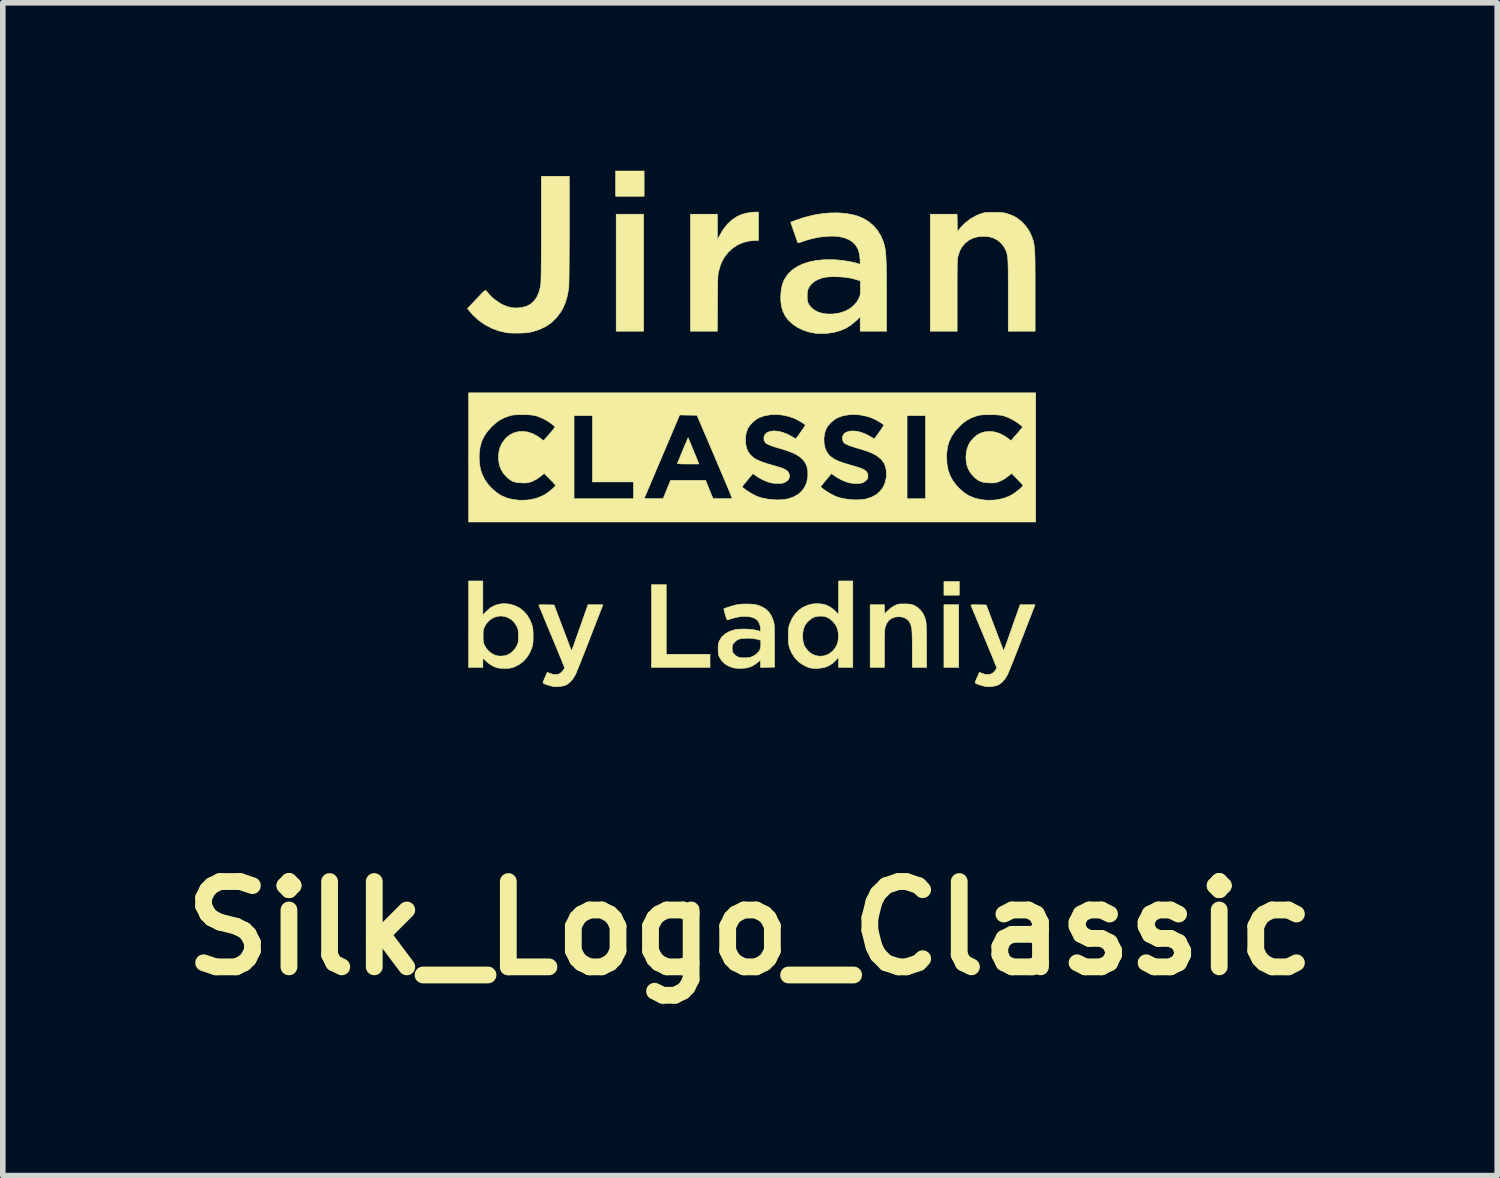
<source format=kicad_pcb>
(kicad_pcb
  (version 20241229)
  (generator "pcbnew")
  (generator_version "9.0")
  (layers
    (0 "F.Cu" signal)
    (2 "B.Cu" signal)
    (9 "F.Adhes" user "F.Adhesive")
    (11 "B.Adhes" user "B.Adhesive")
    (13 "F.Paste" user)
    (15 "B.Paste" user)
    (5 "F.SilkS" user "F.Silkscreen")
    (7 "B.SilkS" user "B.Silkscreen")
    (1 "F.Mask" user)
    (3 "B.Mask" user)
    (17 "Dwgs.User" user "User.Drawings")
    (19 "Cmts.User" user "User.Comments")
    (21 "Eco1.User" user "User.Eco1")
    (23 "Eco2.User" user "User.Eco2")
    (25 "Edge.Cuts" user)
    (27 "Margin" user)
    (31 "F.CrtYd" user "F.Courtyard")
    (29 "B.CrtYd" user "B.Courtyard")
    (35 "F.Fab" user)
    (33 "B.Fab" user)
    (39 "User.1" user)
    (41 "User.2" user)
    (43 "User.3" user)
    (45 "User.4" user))
  (footprint "Silk_Logo_Classic"
    (layer "F.Cu")
    (at 10.349 13.533)
    (property "Reference" "Silk_Logo_Classic" (at 0 0 0) (layer "F.SilkS") (effects (font (size 1.524 1.524) (thickness 0.3))))
    (attr through_hole)
    (fp_poly (pts (xy -1.902 -10.666) (xy -2.391 -10.666) (xy -2.391 -12.756) (xy -1.902 -12.756) (xy -1.902 -10.666)) (stroke (width 0.01) (type solid)) (fill yes) (layer "F.SilkS"))
    (fp_poly (pts (xy -1.892 -13.077) (xy -2.401 -13.077) (xy -2.401 -13.528) (xy -1.892 -13.528) (xy -1.892 -13.077)) (stroke (width 0.01) (type solid)) (fill yes) (layer "F.SilkS"))
    (fp_poly (pts (xy 3.728 -4.66) (xy 3.464 -4.66) (xy 3.464 -5.78) (xy 3.728 -5.78) (xy 3.728 -4.66)) (stroke (width 0.01) (type solid)) (fill yes) (layer "F.SilkS"))
    (fp_poly (pts (xy 3.738 -5.95) (xy 3.464 -5.95) (xy 3.464 -6.195) (xy 3.738 -6.195) (xy 3.738 -5.95)) (stroke (width 0.01) (type solid)) (fill yes) (layer "F.SilkS"))
    (fp_poly (pts (xy -1.497 -4.895) (xy -0.715 -4.895) (xy -0.715 -4.66) (xy -1.76 -4.66) (xy -1.76 -6.138) (xy -1.497 -6.138) (xy -1.497 -4.895)) (stroke (width 0.01) (type solid)) (fill yes) (layer "F.SilkS"))
    (fp_poly (pts (xy -1.102 -8.754) (xy -1.092 -8.73) (xy -1.077 -8.695) (xy -1.059 -8.651) (xy -1.038 -8.6) (xy -1.016 -8.547) (xy -0.994 -8.492) (xy -0.972 -8.441) (xy -0.953 -8.394) (xy -0.938 -8.355) (xy -0.926 -8.327) (xy -0.922 -8.315) (xy -0.914 -8.294) (xy -1.107 -8.294) (xy -1.175 -8.294) (xy -1.226 -8.295) (xy -1.261 -8.297) (xy -1.284 -8.299) (xy -1.295 -8.302) (xy -1.297 -8.306) (xy -1.285 -8.336) (xy -1.268 -8.376) (xy -1.248 -8.425) (xy -1.227 -8.478) (xy -1.203 -8.533) (xy -1.181 -8.588) (xy -1.159 -8.64) (xy -1.139 -8.686) (xy -1.123 -8.723) (xy -1.112 -8.75) (xy -1.106 -8.762) (xy -1.106 -8.763) (xy -1.102 -8.754)) (stroke (width 0.01) (type solid)) (fill yes) (layer "F.SilkS"))
    (fp_poly (pts (xy 0.151 -12.286) (xy 0.089 -12.286) (xy -0.021 -12.277) (xy -0.126 -12.25) (xy -0.224 -12.207) (xy -0.313 -12.148) (xy -0.392 -12.075) (xy -0.453 -11.996) (xy -0.484 -11.944) (xy -0.51 -11.892) (xy -0.532 -11.834) (xy -0.553 -11.764) (xy -0.558 -11.745) (xy -0.562 -11.727) (xy -0.566 -11.71) (xy -0.569 -11.69) (xy -0.572 -11.668) (xy -0.574 -11.64) (xy -0.575 -11.605) (xy -0.577 -11.561) (xy -0.578 -11.507) (xy -0.579 -11.441) (xy -0.58 -11.361) (xy -0.581 -11.265) (xy -0.581 -11.168) (xy -0.585 -10.666) (xy -1.064 -10.666) (xy -1.064 -12.756) (xy -0.584 -12.756) (xy -0.583 -12.528) (xy -0.583 -12.3) (xy -0.543 -12.375) (xy -0.478 -12.484) (xy -0.407 -12.575) (xy -0.328 -12.65) (xy -0.241 -12.709) (xy -0.164 -12.746) (xy -0.102 -12.765) (xy -0.032 -12.781) (xy 0.038 -12.791) (xy 0.089 -12.794) (xy 0.151 -12.794) (xy 0.151 -12.286)) (stroke (width 0.01) (type solid)) (fill yes) (layer "F.SilkS"))
    (fp_poly (pts (xy 2.758 -5.794) (xy 2.81 -5.794) (xy 2.848 -5.791) (xy 2.878 -5.786) (xy 2.906 -5.778) (xy 2.921 -5.772) (xy 2.987 -5.736) (xy 3.044 -5.685) (xy 3.091 -5.621) (xy 3.125 -5.546) (xy 3.144 -5.47) (xy 3.146 -5.446) (xy 3.148 -5.405) (xy 3.15 -5.35) (xy 3.152 -5.282) (xy 3.153 -5.205) (xy 3.154 -5.12) (xy 3.154 -5.034) (xy 3.154 -4.66) (xy 2.9 -4.66) (xy 2.899 -4.973) (xy 2.899 -5.051) (xy 2.898 -5.126) (xy 2.897 -5.196) (xy 2.895 -5.256) (xy 2.893 -5.304) (xy 2.891 -5.339) (xy 2.89 -5.35) (xy 2.873 -5.422) (xy 2.844 -5.48) (xy 2.803 -5.522) (xy 2.751 -5.551) (xy 2.687 -5.564) (xy 2.654 -5.566) (xy 2.584 -5.558) (xy 2.524 -5.534) (xy 2.476 -5.496) (xy 2.439 -5.443) (xy 2.414 -5.376) (xy 2.41 -5.356) (xy 2.408 -5.335) (xy 2.406 -5.298) (xy 2.404 -5.247) (xy 2.402 -5.185) (xy 2.401 -5.115) (xy 2.401 -5.039) (xy 2.401 -4.984) (xy 2.401 -4.66) (xy 2.146 -4.66) (xy 2.146 -5.78) (xy 2.401 -5.78) (xy 2.401 -5.7) (xy 2.401 -5.664) (xy 2.402 -5.637) (xy 2.403 -5.622) (xy 2.403 -5.62) (xy 2.411 -5.626) (xy 2.429 -5.643) (xy 2.453 -5.666) (xy 2.465 -5.678) (xy 2.519 -5.723) (xy 2.576 -5.759) (xy 2.587 -5.765) (xy 2.616 -5.778) (xy 2.639 -5.786) (xy 2.664 -5.791) (xy 2.694 -5.794) (xy 2.735 -5.794) (xy 2.758 -5.794)) (stroke (width 0.01) (type solid)) (fill yes) (layer "F.SilkS"))
    (fp_poly (pts (xy -3.229 -12.476) (xy -3.229 -12.309) (xy -3.23 -12.154) (xy -3.23 -12.012) (xy -3.231 -11.884) (xy -3.232 -11.771) (xy -3.233 -11.672) (xy -3.234 -11.59) (xy -3.235 -11.524) (xy -3.237 -11.476) (xy -3.238 -11.445) (xy -3.239 -11.438) (xy -3.262 -11.305) (xy -3.296 -11.185) (xy -3.344 -11.075) (xy -3.394 -10.991) (xy -3.467 -10.897) (xy -3.553 -10.816) (xy -3.651 -10.75) (xy -3.761 -10.697) (xy -3.874 -10.661) (xy -3.914 -10.651) (xy -3.951 -10.644) (xy -3.99 -10.639) (xy -4.036 -10.636) (xy -4.093 -10.634) (xy -4.128 -10.633) (xy -4.186 -10.633) (xy -4.242 -10.633) (xy -4.291 -10.635) (xy -4.329 -10.637) (xy -4.344 -10.639) (xy -4.481 -10.67) (xy -4.612 -10.718) (xy -4.736 -10.783) (xy -4.849 -10.863) (xy -4.953 -10.958) (xy -5.012 -11.027) (xy -5.048 -11.071) (xy -4.907 -11.22) (xy -4.854 -11.275) (xy -4.813 -11.318) (xy -4.782 -11.351) (xy -4.759 -11.373) (xy -4.742 -11.387) (xy -4.73 -11.393) (xy -4.721 -11.393) (xy -4.714 -11.388) (xy -4.706 -11.379) (xy -4.697 -11.369) (xy -4.675 -11.343) (xy -4.655 -11.318) (xy -4.649 -11.312) (xy -4.626 -11.287) (xy -4.591 -11.256) (xy -4.548 -11.223) (xy -4.503 -11.19) (xy -4.46 -11.162) (xy -4.425 -11.142) (xy -4.339 -11.106) (xy -4.254 -11.086) (xy -4.168 -11.081) (xy -4.075 -11.089) (xy -3.992 -11.112) (xy -3.92 -11.15) (xy -3.86 -11.204) (xy -3.81 -11.272) (xy -3.773 -11.355) (xy -3.747 -11.451) (xy -3.738 -11.512) (xy -3.736 -11.535) (xy -3.735 -11.576) (xy -3.733 -11.633) (xy -3.732 -11.706) (xy -3.731 -11.793) (xy -3.73 -11.893) (xy -3.729 -12.006) (xy -3.729 -12.131) (xy -3.728 -12.265) (xy -3.728 -12.408) (xy -3.728 -12.514) (xy -3.728 -13.434) (xy -3.229 -13.434) (xy -3.229 -12.476)) (stroke (width 0.01) (type solid)) (fill yes) (layer "F.SilkS"))
    (fp_poly (pts (xy 1.836 -4.66) (xy 1.582 -4.66) (xy 1.581 -4.844) (xy 1.539 -4.795) (xy 1.473 -4.731) (xy 1.399 -4.685) (xy 1.317 -4.656) (xy 1.227 -4.643) (xy 1.194 -4.642) (xy 1.15 -4.644) (xy 1.11 -4.646) (xy 1.079 -4.65) (xy 1.071 -4.651) (xy 1.028 -4.666) (xy 0.977 -4.69) (xy 0.925 -4.72) (xy 0.878 -4.753) (xy 0.86 -4.768) (xy 0.798 -4.835) (xy 0.746 -4.915) (xy 0.709 -5.002) (xy 0.699 -5.034) (xy 0.692 -5.063) (xy 0.688 -5.091) (xy 0.685 -5.126) (xy 0.684 -5.17) (xy 0.684 -5.197) (xy 0.94 -5.197) (xy 0.947 -5.125) (xy 0.964 -5.062) (xy 0.969 -5.051) (xy 0.993 -5.01) (xy 1.027 -4.966) (xy 1.067 -4.927) (xy 1.1 -4.903) (xy 1.164 -4.874) (xy 1.235 -4.86) (xy 1.307 -4.864) (xy 1.343 -4.872) (xy 1.412 -4.902) (xy 1.472 -4.947) (xy 1.521 -5.005) (xy 1.557 -5.073) (xy 1.568 -5.107) (xy 1.58 -5.181) (xy 1.579 -5.258) (xy 1.566 -5.333) (xy 1.549 -5.383) (xy 1.517 -5.437) (xy 1.473 -5.488) (xy 1.422 -5.53) (xy 1.377 -5.556) (xy 1.325 -5.572) (xy 1.265 -5.577) (xy 1.202 -5.573) (xy 1.151 -5.561) (xy 1.102 -5.536) (xy 1.054 -5.499) (xy 1.01 -5.455) (xy 0.978 -5.407) (xy 0.975 -5.401) (xy 0.954 -5.341) (xy 0.942 -5.271) (xy 0.94 -5.197) (xy 0.684 -5.197) (xy 0.684 -5.22) (xy 0.684 -5.277) (xy 0.685 -5.32) (xy 0.688 -5.353) (xy 0.693 -5.382) (xy 0.7 -5.41) (xy 0.709 -5.437) (xy 0.749 -5.529) (xy 0.802 -5.61) (xy 0.867 -5.678) (xy 0.942 -5.732) (xy 1.027 -5.771) (xy 1.119 -5.794) (xy 1.196 -5.799) (xy 1.283 -5.793) (xy 1.358 -5.775) (xy 1.428 -5.741) (xy 1.494 -5.691) (xy 1.518 -5.669) (xy 1.582 -5.608) (xy 1.582 -6.204) (xy 1.836 -6.204) (xy 1.836 -4.66)) (stroke (width 0.01) (type solid)) (fill yes) (layer "F.SilkS"))
    (fp_poly (pts (xy -2.646 -5.731) (xy -2.653 -5.713) (xy -2.666 -5.68) (xy -2.685 -5.632) (xy -2.708 -5.572) (xy -2.736 -5.501) (xy -2.767 -5.421) (xy -2.801 -5.334) (xy -2.837 -5.241) (xy -2.875 -5.143) (xy -2.876 -5.139) (xy -2.914 -5.041) (xy -2.951 -4.946) (xy -2.987 -4.857) (xy -3.019 -4.774) (xy -3.049 -4.7) (xy -3.075 -4.637) (xy -3.096 -4.586) (xy -3.111 -4.549) (xy -3.121 -4.528) (xy -3.161 -4.461) (xy -3.207 -4.405) (xy -3.258 -4.363) (xy -3.301 -4.34) (xy -3.342 -4.329) (xy -3.391 -4.32) (xy -3.441 -4.316) (xy -3.485 -4.315) (xy -3.502 -4.317) (xy -3.551 -4.328) (xy -3.598 -4.341) (xy -3.64 -4.355) (xy -3.673 -4.368) (xy -3.694 -4.381) (xy -3.7 -4.389) (xy -3.696 -4.401) (xy -3.686 -4.426) (xy -3.672 -4.46) (xy -3.66 -4.486) (xy -3.621 -4.573) (xy -3.583 -4.556) (xy -3.521 -4.536) (xy -3.464 -4.531) (xy -3.413 -4.543) (xy -3.406 -4.546) (xy -3.38 -4.563) (xy -3.353 -4.589) (xy -3.331 -4.617) (xy -3.316 -4.643) (xy -3.314 -4.655) (xy -3.317 -4.666) (xy -3.328 -4.692) (xy -3.344 -4.733) (xy -3.365 -4.786) (xy -3.392 -4.851) (xy -3.422 -4.925) (xy -3.457 -5.008) (xy -3.494 -5.098) (xy -3.533 -5.193) (xy -3.541 -5.211) (xy -3.581 -5.307) (xy -3.619 -5.398) (xy -3.654 -5.483) (xy -3.686 -5.559) (xy -3.713 -5.626) (xy -3.737 -5.682) (xy -3.755 -5.725) (xy -3.767 -5.755) (xy -3.772 -5.768) (xy -3.773 -5.769) (xy -3.771 -5.774) (xy -3.759 -5.777) (xy -3.736 -5.779) (xy -3.699 -5.779) (xy -3.645 -5.778) (xy -3.639 -5.778) (xy -3.5 -5.776) (xy -3.346 -5.367) (xy -3.314 -5.284) (xy -3.285 -5.206) (xy -3.258 -5.136) (xy -3.235 -5.075) (xy -3.216 -5.024) (xy -3.201 -4.987) (xy -3.192 -4.963) (xy -3.189 -4.955) (xy -3.185 -4.963) (xy -3.176 -4.988) (xy -3.162 -5.026) (xy -3.143 -5.077) (xy -3.121 -5.139) (xy -3.096 -5.21) (xy -3.068 -5.288) (xy -3.04 -5.367) (xy -2.895 -5.78) (xy -2.627 -5.78) (xy -2.646 -5.731)) (stroke (width 0.01) (type solid)) (fill yes) (layer "F.SilkS"))
    (fp_poly (pts (xy 4.416 -12.789) (xy 4.464 -12.788) (xy 4.501 -12.785) (xy 4.532 -12.781) (xy 4.561 -12.775) (xy 4.589 -12.768) (xy 4.678 -12.736) (xy 4.755 -12.697) (xy 4.826 -12.645) (xy 4.873 -12.602) (xy 4.938 -12.529) (xy 4.988 -12.454) (xy 5.028 -12.369) (xy 5.042 -12.332) (xy 5.051 -12.305) (xy 5.059 -12.279) (xy 5.066 -12.252) (xy 5.072 -12.224) (xy 5.077 -12.192) (xy 5.081 -12.156) (xy 5.084 -12.115) (xy 5.087 -12.065) (xy 5.089 -12.007) (xy 5.091 -11.938) (xy 5.092 -11.858) (xy 5.092 -11.765) (xy 5.093 -11.658) (xy 5.093 -11.534) (xy 5.093 -11.394) (xy 5.093 -11.375) (xy 5.093 -10.666) (xy 4.613 -10.666) (xy 4.613 -11.309) (xy 4.613 -11.442) (xy 4.613 -11.558) (xy 4.612 -11.658) (xy 4.612 -11.743) (xy 4.61 -11.815) (xy 4.609 -11.876) (xy 4.607 -11.927) (xy 4.604 -11.969) (xy 4.6 -12.004) (xy 4.595 -12.033) (xy 4.589 -12.057) (xy 4.583 -12.079) (xy 4.575 -12.1) (xy 4.565 -12.12) (xy 4.556 -12.14) (xy 4.525 -12.191) (xy 4.485 -12.239) (xy 4.477 -12.247) (xy 4.416 -12.296) (xy 4.35 -12.33) (xy 4.277 -12.352) (xy 4.192 -12.361) (xy 4.163 -12.361) (xy 4.067 -12.353) (xy 3.981 -12.329) (xy 3.904 -12.289) (xy 3.836 -12.233) (xy 3.787 -12.174) (xy 3.75 -12.109) (xy 3.723 -12.033) (xy 3.718 -12.017) (xy 3.715 -12.002) (xy 3.712 -11.986) (xy 3.709 -11.969) (xy 3.707 -11.948) (xy 3.705 -11.922) (xy 3.703 -11.89) (xy 3.702 -11.851) (xy 3.701 -11.801) (xy 3.701 -11.742) (xy 3.7 -11.67) (xy 3.7 -11.584) (xy 3.7 -11.483) (xy 3.7 -11.365) (xy 3.7 -11.305) (xy 3.7 -10.666) (xy 3.22 -10.666) (xy 3.22 -12.756) (xy 3.699 -12.756) (xy 3.702 -12.602) (xy 3.705 -12.447) (xy 3.755 -12.508) (xy 3.841 -12.598) (xy 3.938 -12.673) (xy 4.045 -12.733) (xy 4.112 -12.76) (xy 4.143 -12.771) (xy 4.168 -12.778) (xy 4.193 -12.784) (xy 4.221 -12.787) (xy 4.256 -12.789) (xy 4.302 -12.789) (xy 4.354 -12.789) (xy 4.416 -12.789)) (stroke (width 0.01) (type solid)) (fill yes) (layer "F.SilkS"))
    (fp_poly (pts (xy 5.073 -5.731) (xy 5.066 -5.713) (xy 5.053 -5.68) (xy 5.035 -5.632) (xy 5.012 -5.572) (xy 4.984 -5.501) (xy 4.953 -5.421) (xy 4.919 -5.334) (xy 4.883 -5.241) (xy 4.845 -5.143) (xy 4.844 -5.139) (xy 4.805 -5.041) (xy 4.768 -4.946) (xy 4.733 -4.857) (xy 4.7 -4.774) (xy 4.671 -4.7) (xy 4.645 -4.637) (xy 4.624 -4.586) (xy 4.609 -4.549) (xy 4.599 -4.528) (xy 4.559 -4.461) (xy 4.512 -4.405) (xy 4.462 -4.363) (xy 4.419 -4.34) (xy 4.378 -4.329) (xy 4.329 -4.32) (xy 4.279 -4.316) (xy 4.235 -4.315) (xy 4.218 -4.317) (xy 4.169 -4.328) (xy 4.122 -4.341) (xy 4.08 -4.355) (xy 4.047 -4.368) (xy 4.026 -4.381) (xy 4.02 -4.389) (xy 4.024 -4.401) (xy 4.034 -4.426) (xy 4.048 -4.46) (xy 4.059 -4.486) (xy 4.099 -4.573) (xy 4.137 -4.556) (xy 4.199 -4.536) (xy 4.256 -4.531) (xy 4.307 -4.543) (xy 4.314 -4.546) (xy 4.34 -4.563) (xy 4.367 -4.589) (xy 4.389 -4.617) (xy 4.403 -4.643) (xy 4.406 -4.655) (xy 4.402 -4.666) (xy 4.392 -4.692) (xy 4.376 -4.733) (xy 4.354 -4.786) (xy 4.328 -4.851) (xy 4.297 -4.925) (xy 4.263 -5.008) (xy 4.226 -5.098) (xy 4.187 -5.193) (xy 4.179 -5.211) (xy 4.139 -5.307) (xy 4.101 -5.398) (xy 4.066 -5.483) (xy 4.034 -5.559) (xy 4.006 -5.626) (xy 3.983 -5.682) (xy 3.965 -5.725) (xy 3.953 -5.755) (xy 3.947 -5.768) (xy 3.947 -5.769) (xy 3.949 -5.774) (xy 3.96 -5.777) (xy 3.984 -5.779) (xy 4.021 -5.779) (xy 4.075 -5.778) (xy 4.081 -5.778) (xy 4.22 -5.776) (xy 4.374 -5.367) (xy 4.406 -5.284) (xy 4.435 -5.206) (xy 4.462 -5.136) (xy 4.485 -5.075) (xy 4.504 -5.024) (xy 4.519 -4.987) (xy 4.528 -4.963) (xy 4.531 -4.955) (xy 4.535 -4.963) (xy 4.544 -4.988) (xy 4.558 -5.026) (xy 4.576 -5.077) (xy 4.599 -5.139) (xy 4.624 -5.21) (xy 4.652 -5.288) (xy 4.679 -5.367) (xy 4.825 -5.78) (xy 4.959 -5.78) (xy 5.093 -5.78) (xy 5.073 -5.731)) (stroke (width 0.01) (type solid)) (fill yes) (layer "F.SilkS"))
    (fp_poly (pts (xy -4.773 -5.598) (xy -4.713 -5.659) (xy -4.645 -5.719) (xy -4.574 -5.761) (xy -4.498 -5.787) (xy -4.414 -5.799) (xy -4.387 -5.799) (xy -4.291 -5.79) (xy -4.202 -5.764) (xy -4.12 -5.723) (xy -4.046 -5.666) (xy -3.984 -5.596) (xy -3.933 -5.513) (xy -3.896 -5.42) (xy -3.891 -5.403) (xy -3.883 -5.368) (xy -3.878 -5.328) (xy -3.875 -5.279) (xy -3.875 -5.215) (xy -3.875 -5.211) (xy -3.876 -5.155) (xy -3.877 -5.113) (xy -3.881 -5.079) (xy -3.887 -5.049) (xy -3.896 -5.017) (xy -3.901 -5.002) (xy -3.938 -4.915) (xy -3.989 -4.837) (xy -4.051 -4.768) (xy -4.123 -4.713) (xy -4.202 -4.672) (xy -4.265 -4.652) (xy -4.301 -4.646) (xy -4.348 -4.643) (xy -4.401 -4.643) (xy -4.452 -4.645) (xy -4.495 -4.649) (xy -4.513 -4.652) (xy -4.564 -4.67) (xy -4.619 -4.699) (xy -4.673 -4.735) (xy -4.714 -4.771) (xy -4.738 -4.795) (xy -4.757 -4.812) (xy -4.768 -4.82) (xy -4.768 -4.82) (xy -4.77 -4.811) (xy -4.772 -4.788) (xy -4.773 -4.755) (xy -4.773 -4.74) (xy -4.773 -4.66) (xy -5.027 -4.66) (xy -5.027 -5.22) (xy -4.768 -5.22) (xy -4.768 -5.169) (xy -4.766 -5.133) (xy -4.762 -5.105) (xy -4.756 -5.082) (xy -4.747 -5.061) (xy -4.705 -4.99) (xy -4.65 -4.933) (xy -4.583 -4.89) (xy -4.535 -4.871) (xy -4.491 -4.863) (xy -4.437 -4.862) (xy -4.382 -4.869) (xy -4.334 -4.882) (xy -4.327 -4.885) (xy -4.273 -4.917) (xy -4.223 -4.963) (xy -4.182 -5.017) (xy -4.165 -5.049) (xy -4.153 -5.075) (xy -4.145 -5.098) (xy -4.141 -5.123) (xy -4.138 -5.155) (xy -4.138 -5.198) (xy -4.138 -5.22) (xy -4.138 -5.269) (xy -4.139 -5.304) (xy -4.143 -5.33) (xy -4.149 -5.352) (xy -4.159 -5.376) (xy -4.168 -5.396) (xy -4.209 -5.461) (xy -4.261 -5.512) (xy -4.321 -5.549) (xy -4.386 -5.571) (xy -4.453 -5.579) (xy -4.522 -5.571) (xy -4.588 -5.547) (xy -4.649 -5.507) (xy -4.672 -5.486) (xy -4.7 -5.454) (xy -4.727 -5.415) (xy -4.741 -5.389) (xy -4.753 -5.364) (xy -4.761 -5.342) (xy -4.765 -5.318) (xy -4.768 -5.288) (xy -4.768 -5.247) (xy -4.768 -5.22) (xy -5.027 -5.22) (xy -5.027 -6.204) (xy -4.773 -6.204) (xy -4.773 -5.598)) (stroke (width 0.01) (type solid)) (fill yes) (layer "F.SilkS"))
    (fp_poly (pts (xy 0.02 -5.79) (xy 0.078 -5.784) (xy 0.122 -5.776) (xy 0.207 -5.746) (xy 0.279 -5.703) (xy 0.337 -5.648) (xy 0.382 -5.579) (xy 0.416 -5.496) (xy 0.421 -5.477) (xy 0.426 -5.46) (xy 0.429 -5.44) (xy 0.432 -5.416) (xy 0.434 -5.385) (xy 0.435 -5.346) (xy 0.436 -5.296) (xy 0.437 -5.234) (xy 0.437 -5.158) (xy 0.438 -5.065) (xy 0.438 -5.041) (xy 0.438 -4.665) (xy 0.313 -4.662) (xy 0.188 -4.66) (xy 0.188 -4.792) (xy 0.136 -4.75) (xy 0.081 -4.709) (xy 0.029 -4.68) (xy -0.028 -4.66) (xy -0.044 -4.655) (xy -0.095 -4.647) (xy -0.156 -4.643) (xy -0.219 -4.644) (xy -0.277 -4.649) (xy -0.308 -4.656) (xy -0.388 -4.686) (xy -0.455 -4.728) (xy -0.509 -4.783) (xy -0.543 -4.838) (xy -0.556 -4.864) (xy -0.563 -4.888) (xy -0.567 -4.914) (xy -0.569 -4.949) (xy -0.57 -4.99) (xy -0.569 -5.001) (xy -0.32 -5.001) (xy -0.317 -4.962) (xy -0.308 -4.929) (xy -0.306 -4.924) (xy -0.282 -4.893) (xy -0.247 -4.864) (xy -0.207 -4.843) (xy -0.202 -4.841) (xy -0.171 -4.834) (xy -0.127 -4.831) (xy -0.078 -4.831) (xy -0.032 -4.834) (xy 0.006 -4.841) (xy 0.011 -4.842) (xy 0.066 -4.866) (xy 0.117 -4.901) (xy 0.156 -4.943) (xy 0.166 -4.958) (xy 0.18 -4.985) (xy 0.188 -5.012) (xy 0.191 -5.046) (xy 0.192 -5.072) (xy 0.193 -5.144) (xy 0.132 -5.162) (xy 0.082 -5.172) (xy 0.023 -5.179) (xy -0.04 -5.182) (xy -0.101 -5.18) (xy -0.154 -5.175) (xy -0.194 -5.166) (xy -0.241 -5.142) (xy -0.282 -5.106) (xy -0.31 -5.068) (xy -0.317 -5.039) (xy -0.32 -5.001) (xy -0.569 -5.001) (xy -0.569 -5.036) (xy -0.567 -5.07) (xy -0.562 -5.095) (xy -0.554 -5.119) (xy -0.543 -5.142) (xy -0.502 -5.206) (xy -0.445 -5.258) (xy -0.374 -5.299) (xy -0.287 -5.329) (xy -0.262 -5.335) (xy -0.208 -5.342) (xy -0.141 -5.345) (xy -0.069 -5.345) (xy 0.004 -5.34) (xy 0.071 -5.332) (xy 0.12 -5.322) (xy 0.188 -5.304) (xy 0.188 -5.351) (xy 0.183 -5.394) (xy 0.169 -5.439) (xy 0.149 -5.48) (xy 0.126 -5.509) (xy 0.126 -5.509) (xy 0.077 -5.54) (xy 0.016 -5.561) (xy -0.057 -5.571) (xy -0.138 -5.57) (xy -0.225 -5.558) (xy -0.317 -5.535) (xy -0.332 -5.53) (xy -0.367 -5.519) (xy -0.393 -5.511) (xy -0.407 -5.509) (xy -0.409 -5.509) (xy -0.415 -5.522) (xy -0.424 -5.547) (xy -0.435 -5.58) (xy -0.446 -5.617) (xy -0.456 -5.653) (xy -0.463 -5.682) (xy -0.467 -5.701) (xy -0.466 -5.705) (xy -0.455 -5.712) (xy -0.429 -5.723) (xy -0.392 -5.735) (xy -0.35 -5.749) (xy -0.305 -5.762) (xy -0.262 -5.773) (xy -0.226 -5.781) (xy -0.174 -5.788) (xy -0.111 -5.792) (xy -0.045 -5.792) (xy 0.02 -5.79)) (stroke (width 0.01) (type solid)) (fill yes) (layer "F.SilkS"))
    (fp_poly (pts (xy 1.721 -12.769) (xy 1.853 -12.743) (xy 1.911 -12.727) (xy 2.021 -12.682) (xy 2.12 -12.623) (xy 2.206 -12.549) (xy 2.28 -12.462) (xy 2.34 -12.362) (xy 2.366 -12.303) (xy 2.379 -12.27) (xy 2.39 -12.237) (xy 2.4 -12.203) (xy 2.408 -12.167) (xy 2.415 -12.127) (xy 2.421 -12.081) (xy 2.426 -12.029) (xy 2.429 -11.969) (xy 2.432 -11.898) (xy 2.435 -11.817) (xy 2.436 -11.723) (xy 2.437 -11.616) (xy 2.438 -11.493) (xy 2.438 -11.353) (xy 2.438 -11.285) (xy 2.438 -10.666) (xy 1.968 -10.666) (xy 1.968 -10.923) (xy 1.894 -10.853) (xy 1.805 -10.778) (xy 1.711 -10.719) (xy 1.609 -10.675) (xy 1.498 -10.645) (xy 1.374 -10.628) (xy 1.332 -10.625) (xy 1.282 -10.624) (xy 1.229 -10.625) (xy 1.183 -10.628) (xy 1.17 -10.629) (xy 1.055 -10.651) (xy 0.946 -10.687) (xy 0.847 -10.735) (xy 0.759 -10.795) (xy 0.685 -10.865) (xy 0.683 -10.866) (xy 0.628 -10.94) (xy 0.588 -11.021) (xy 0.562 -11.112) (xy 0.549 -11.213) (xy 0.549 -11.293) (xy 1.021 -11.293) (xy 1.022 -11.248) (xy 1.024 -11.217) (xy 1.029 -11.193) (xy 1.037 -11.171) (xy 1.05 -11.147) (xy 1.091 -11.091) (xy 1.147 -11.045) (xy 1.215 -11.009) (xy 1.293 -10.985) (xy 1.38 -10.973) (xy 1.473 -10.973) (xy 1.571 -10.986) (xy 1.616 -10.996) (xy 1.705 -11.027) (xy 1.785 -11.071) (xy 1.854 -11.127) (xy 1.91 -11.192) (xy 1.942 -11.248) (xy 1.954 -11.274) (xy 1.963 -11.296) (xy 1.968 -11.318) (xy 1.971 -11.345) (xy 1.972 -11.381) (xy 1.972 -11.431) (xy 1.972 -11.438) (xy 1.972 -11.565) (xy 1.903 -11.587) (xy 1.814 -11.611) (xy 1.724 -11.627) (xy 1.627 -11.636) (xy 1.518 -11.639) (xy 1.516 -11.639) (xy 1.453 -11.639) (xy 1.405 -11.637) (xy 1.366 -11.633) (xy 1.332 -11.628) (xy 1.298 -11.619) (xy 1.295 -11.619) (xy 1.211 -11.589) (xy 1.143 -11.551) (xy 1.09 -11.503) (xy 1.05 -11.445) (xy 1.048 -11.44) (xy 1.035 -11.413) (xy 1.028 -11.388) (xy 1.023 -11.361) (xy 1.022 -11.324) (xy 1.021 -11.293) (xy 0.549 -11.293) (xy 0.549 -11.307) (xy 0.558 -11.41) (xy 0.578 -11.501) (xy 0.61 -11.582) (xy 0.656 -11.656) (xy 0.693 -11.702) (xy 0.766 -11.769) (xy 0.854 -11.826) (xy 0.955 -11.872) (xy 1.069 -11.907) (xy 1.195 -11.931) (xy 1.332 -11.944) (xy 1.478 -11.944) (xy 1.478 -11.944) (xy 1.566 -11.939) (xy 1.657 -11.929) (xy 1.746 -11.916) (xy 1.829 -11.9) (xy 1.901 -11.882) (xy 1.954 -11.865) (xy 1.961 -11.864) (xy 1.966 -11.869) (xy 1.968 -11.883) (xy 1.967 -11.909) (xy 1.966 -11.951) (xy 1.965 -11.957) (xy 1.954 -12.051) (xy 1.929 -12.132) (xy 1.89 -12.2) (xy 1.837 -12.256) (xy 1.77 -12.301) (xy 1.688 -12.334) (xy 1.592 -12.356) (xy 1.546 -12.361) (xy 1.455 -12.365) (xy 1.353 -12.36) (xy 1.244 -12.347) (xy 1.134 -12.326) (xy 1.027 -12.298) (xy 0.928 -12.265) (xy 0.923 -12.263) (xy 0.892 -12.252) (xy 0.868 -12.246) (xy 0.856 -12.246) (xy 0.856 -12.246) (xy 0.851 -12.256) (xy 0.841 -12.282) (xy 0.828 -12.32) (xy 0.811 -12.368) (xy 0.792 -12.422) (xy 0.788 -12.433) (xy 0.726 -12.613) (xy 0.813 -12.646) (xy 0.967 -12.698) (xy 1.123 -12.738) (xy 1.279 -12.765) (xy 1.432 -12.779) (xy 1.58 -12.78) (xy 1.721 -12.769)) (stroke (width 0.01) (type solid)) (fill yes) (layer "F.SilkS"))
    (fp_poly (pts (xy 5.103 -7.258) (xy -5.027 -7.258) (xy -5.027 -8.417) (xy -4.839 -8.417) (xy -4.833 -8.297) (xy -4.813 -8.189) (xy -4.778 -8.09) (xy -4.729 -7.998) (xy -4.663 -7.911) (xy -4.642 -7.888) (xy -4.582 -7.829) (xy -4.516 -7.776) (xy -4.451 -7.733) (xy -4.429 -7.722) (xy -4.333 -7.683) (xy -4.226 -7.658) (xy -4.112 -7.646) (xy -3.994 -7.649) (xy -3.938 -7.655) (xy -3.828 -7.678) (xy -3.725 -7.717) (xy -3.663 -7.749) (xy -3.629 -7.772) (xy -3.592 -7.799) (xy -3.555 -7.828) (xy -3.522 -7.857) (xy -3.495 -7.882) (xy -3.478 -7.902) (xy -3.474 -7.911) (xy -3.48 -7.922) (xy -3.498 -7.942) (xy -3.524 -7.971) (xy -3.557 -8.005) (xy -3.576 -8.024) (xy -3.678 -8.126) (xy -3.719 -8.091) (xy -3.803 -8.029) (xy -3.886 -7.986) (xy -3.917 -7.974) (xy -3.949 -7.964) (xy -3.979 -7.958) (xy -4.013 -7.956) (xy -4.057 -7.956) (xy -4.081 -7.957) (xy -4.153 -7.962) (xy -4.212 -7.975) (xy -4.262 -7.996) (xy -4.31 -8.029) (xy -4.341 -8.056) (xy -4.404 -8.125) (xy -4.449 -8.199) (xy -4.479 -8.281) (xy -4.492 -8.372) (xy -4.493 -8.412) (xy -4.488 -8.497) (xy -4.472 -8.572) (xy -4.443 -8.642) (xy -4.417 -8.685) (xy -4.362 -8.755) (xy -4.297 -8.809) (xy -4.225 -8.848) (xy -4.148 -8.87) (xy -4.065 -8.876) (xy -3.98 -8.867) (xy -3.894 -8.84) (xy -3.809 -8.797) (xy -3.744 -8.752) (xy -3.689 -8.71) (xy -3.586 -8.827) (xy -3.552 -8.867) (xy -3.522 -8.902) (xy -3.5 -8.93) (xy -3.486 -8.948) (xy -3.483 -8.953) (xy -3.491 -8.966) (xy -3.512 -8.985) (xy -3.542 -9.009) (xy -3.579 -9.036) (xy -3.619 -9.062) (xy -3.659 -9.085) (xy -3.686 -9.099) (xy -3.74 -9.124) (xy -3.786 -9.143) (xy -3.831 -9.157) (xy -3.849 -9.16) (xy -3.144 -9.16) (xy -3.144 -7.673) (xy -2.081 -7.673) (xy -2.081 -7.684) (xy -1.887 -7.684) (xy -1.884 -7.679) (xy -1.875 -7.676) (xy -1.858 -7.674) (xy -1.829 -7.674) (xy -1.786 -7.674) (xy -1.727 -7.675) (xy -1.722 -7.675) (xy -1.552 -7.677) (xy -1.419 -8.002) (xy -0.794 -8.002) (xy -0.728 -7.84) (xy -0.662 -7.677) (xy -0.491 -7.675) (xy -0.428 -7.674) (xy -0.381 -7.674) (xy -0.35 -7.676) (xy -0.33 -7.678) (xy -0.322 -7.682) (xy -0.321 -7.684) (xy -0.324 -7.695) (xy -0.335 -7.721) (xy -0.352 -7.762) (xy -0.374 -7.816) (xy -0.402 -7.883) (xy -0.405 -7.89) (xy -0.139 -7.89) (xy -0.134 -7.879) (xy -0.115 -7.861) (xy -0.084 -7.838) (xy -0.046 -7.812) (xy -0.003 -7.784) (xy 0.043 -7.758) (xy 0.088 -7.734) (xy 0.13 -7.715) (xy 0.141 -7.71) (xy 0.218 -7.686) (xy 0.307 -7.668) (xy 0.402 -7.657) (xy 0.498 -7.653) (xy 0.588 -7.657) (xy 0.669 -7.669) (xy 0.682 -7.673) (xy 0.776 -7.705) (xy 0.856 -7.749) (xy 0.922 -7.806) (xy 0.973 -7.874) (xy 0.98 -7.89) (xy 1.263 -7.89) (xy 1.269 -7.879) (xy 1.288 -7.861) (xy 1.318 -7.838) (xy 1.357 -7.812) (xy 1.4 -7.784) (xy 1.446 -7.758) (xy 1.491 -7.734) (xy 1.533 -7.715) (xy 1.544 -7.71) (xy 1.621 -7.686) (xy 1.71 -7.668) (xy 1.805 -7.657) (xy 1.9 -7.653) (xy 1.991 -7.657) (xy 2.071 -7.669) (xy 2.085 -7.673) (xy 2.179 -7.705) (xy 2.259 -7.749) (xy 2.324 -7.806) (xy 2.375 -7.874) (xy 2.411 -7.953) (xy 2.432 -8.042) (xy 2.436 -8.081) (xy 2.435 -8.171) (xy 2.42 -8.248) (xy 2.391 -8.315) (xy 2.347 -8.374) (xy 2.287 -8.425) (xy 2.286 -8.426) (xy 2.243 -8.454) (xy 2.198 -8.479) (xy 2.146 -8.502) (xy 2.085 -8.525) (xy 2.011 -8.549) (xy 1.939 -8.571) (xy 1.857 -8.595) (xy 1.792 -8.617) (xy 1.743 -8.636) (xy 1.707 -8.653) (xy 1.683 -8.67) (xy 1.671 -8.683) (xy 1.653 -8.726) (xy 1.651 -8.771) (xy 1.665 -8.812) (xy 1.694 -8.846) (xy 1.716 -8.86) (xy 1.773 -8.879) (xy 1.84 -8.885) (xy 1.915 -8.877) (xy 1.995 -8.856) (xy 2.078 -8.823) (xy 2.162 -8.777) (xy 2.174 -8.77) (xy 2.198 -8.756) (xy 2.217 -8.748) (xy 2.222 -8.748) (xy 2.23 -8.756) (xy 2.246 -8.777) (xy 2.268 -8.806) (xy 2.293 -8.842) (xy 2.32 -8.879) (xy 2.345 -8.916) (xy 2.367 -8.949) (xy 2.383 -8.974) (xy 2.391 -8.987) (xy 2.391 -8.989) (xy 2.383 -8.998) (xy 2.362 -9.014) (xy 2.332 -9.034) (xy 2.295 -9.056) (xy 2.257 -9.078) (xy 2.22 -9.097) (xy 2.188 -9.112) (xy 2.188 -9.112) (xy 2.084 -9.147) (xy 2.018 -9.16) (xy 2.805 -9.16) (xy 2.805 -7.673) (xy 3.135 -7.673) (xy 3.135 -8.417) (xy 3.512 -8.417) (xy 3.518 -8.297) (xy 3.538 -8.189) (xy 3.572 -8.09) (xy 3.622 -7.998) (xy 3.688 -7.911) (xy 3.708 -7.888) (xy 3.768 -7.829) (xy 3.834 -7.776) (xy 3.9 -7.733) (xy 3.921 -7.722) (xy 4.017 -7.683) (xy 4.124 -7.658) (xy 4.238 -7.646) (xy 4.357 -7.649) (xy 4.412 -7.655) (xy 4.522 -7.678) (xy 4.626 -7.717) (xy 4.687 -7.749) (xy 4.721 -7.772) (xy 4.758 -7.799) (xy 4.795 -7.828) (xy 4.829 -7.857) (xy 4.855 -7.882) (xy 4.872 -7.902) (xy 4.877 -7.911) (xy 4.87 -7.922) (xy 4.853 -7.942) (xy 4.826 -7.971) (xy 4.793 -8.005) (xy 4.775 -8.024) (xy 4.673 -8.126) (xy 4.631 -8.091) (xy 4.548 -8.029) (xy 4.465 -7.986) (xy 4.433 -7.974) (xy 4.402 -7.964) (xy 4.372 -7.958) (xy 4.338 -7.956) (xy 4.294 -7.956) (xy 4.269 -7.957) (xy 4.198 -7.962) (xy 4.139 -7.975) (xy 4.088 -7.996) (xy 4.041 -8.029) (xy 4.009 -8.056) (xy 3.947 -8.125) (xy 3.901 -8.199) (xy 3.872 -8.281) (xy 3.859 -8.372) (xy 3.857 -8.412) (xy 3.863 -8.497) (xy 3.879 -8.572) (xy 3.908 -8.642) (xy 3.933 -8.685) (xy 3.989 -8.755) (xy 4.053 -8.809) (xy 4.125 -8.848) (xy 4.203 -8.87) (xy 4.285 -8.876) (xy 4.37 -8.867) (xy 4.456 -8.84) (xy 4.542 -8.797) (xy 4.607 -8.752) (xy 4.662 -8.71) (xy 4.764 -8.827) (xy 4.799 -8.867) (xy 4.828 -8.902) (xy 4.851 -8.93) (xy 4.864 -8.948) (xy 4.867 -8.953) (xy 4.86 -8.966) (xy 4.839 -8.985) (xy 4.808 -9.009) (xy 4.772 -9.036) (xy 4.731 -9.062) (xy 4.691 -9.085) (xy 4.665 -9.099) (xy 4.611 -9.124) (xy 4.564 -9.143) (xy 4.52 -9.157) (xy 4.474 -9.166) (xy 4.422 -9.171) (xy 4.359 -9.174) (xy 4.288 -9.174) (xy 4.225 -9.174) (xy 4.177 -9.173) (xy 4.141 -9.171) (xy 4.111 -9.168) (xy 4.085 -9.163) (xy 4.058 -9.155) (xy 4.048 -9.152) (xy 3.96 -9.12) (xy 3.884 -9.081) (xy 3.813 -9.032) (xy 3.743 -8.968) (xy 3.737 -8.963) (xy 3.66 -8.876) (xy 3.6 -8.789) (xy 3.557 -8.697) (xy 3.528 -8.598) (xy 3.514 -8.49) (xy 3.512 -8.417) (xy 3.135 -8.417) (xy 3.135 -9.16) (xy 2.805 -9.16) (xy 2.018 -9.16) (xy 1.976 -9.169) (xy 1.868 -9.178) (xy 1.763 -9.173) (xy 1.664 -9.156) (xy 1.574 -9.125) (xy 1.563 -9.12) (xy 1.507 -9.087) (xy 1.453 -9.042) (xy 1.405 -8.991) (xy 1.369 -8.939) (xy 1.359 -8.919) (xy 1.333 -8.841) (xy 1.32 -8.755) (xy 1.323 -8.666) (xy 1.325 -8.653) (xy 1.341 -8.578) (xy 1.366 -8.517) (xy 1.403 -8.465) (xy 1.422 -8.444) (xy 1.452 -8.418) (xy 1.485 -8.394) (xy 1.523 -8.372) (xy 1.569 -8.35) (xy 1.624 -8.328) (xy 1.691 -8.306) (xy 1.772 -8.281) (xy 1.87 -8.253) (xy 1.872 -8.252) (xy 1.947 -8.23) (xy 2.004 -8.208) (xy 2.047 -8.185) (xy 2.077 -8.161) (xy 2.096 -8.133) (xy 2.106 -8.101) (xy 2.106 -8.096) (xy 2.105 -8.051) (xy 2.087 -8.013) (xy 2.052 -7.982) (xy 2.03 -7.969) (xy 2.002 -7.957) (xy 1.974 -7.95) (xy 1.941 -7.946) (xy 1.902 -7.946) (xy 1.856 -7.948) (xy 1.808 -7.952) (xy 1.769 -7.959) (xy 1.765 -7.96) (xy 1.701 -7.981) (xy 1.631 -8.012) (xy 1.562 -8.049) (xy 1.511 -8.082) (xy 1.454 -8.123) (xy 1.36 -8.011) (xy 1.327 -7.971) (xy 1.3 -7.937) (xy 1.278 -7.91) (xy 1.266 -7.894) (xy 1.263 -7.89) (xy 0.98 -7.89) (xy 1.009 -7.953) (xy 1.029 -8.042) (xy 1.033 -8.081) (xy 1.032 -8.171) (xy 1.017 -8.248) (xy 0.988 -8.315) (xy 0.944 -8.374) (xy 0.885 -8.425) (xy 0.883 -8.426) (xy 0.84 -8.454) (xy 0.795 -8.479) (xy 0.743 -8.502) (xy 0.682 -8.525) (xy 0.609 -8.549) (xy 0.536 -8.571) (xy 0.454 -8.595) (xy 0.389 -8.617) (xy 0.34 -8.636) (xy 0.304 -8.653) (xy 0.28 -8.67) (xy 0.269 -8.683) (xy 0.25 -8.726) (xy 0.248 -8.771) (xy 0.262 -8.812) (xy 0.291 -8.846) (xy 0.314 -8.86) (xy 0.371 -8.879) (xy 0.437 -8.885) (xy 0.512 -8.877) (xy 0.592 -8.856) (xy 0.675 -8.823) (xy 0.759 -8.777) (xy 0.771 -8.77) (xy 0.796 -8.756) (xy 0.814 -8.748) (xy 0.819 -8.748) (xy 0.827 -8.756) (xy 0.843 -8.777) (xy 0.865 -8.806) (xy 0.89 -8.842) (xy 0.917 -8.879) (xy 0.942 -8.916) (xy 0.964 -8.949) (xy 0.98 -8.974) (xy 0.988 -8.987) (xy 0.988 -8.989) (xy 0.981 -8.998) (xy 0.96 -9.014) (xy 0.929 -9.034) (xy 0.893 -9.056) (xy 0.854 -9.078) (xy 0.817 -9.097) (xy 0.785 -9.112) (xy 0.785 -9.112) (xy 0.681 -9.147) (xy 0.574 -9.169) (xy 0.465 -9.178) (xy 0.36 -9.173) (xy 0.261 -9.156) (xy 0.171 -9.125) (xy 0.16 -9.12) (xy 0.105 -9.087) (xy 0.051 -9.042) (xy 0.003 -8.991) (xy -0.034 -8.939) (xy -0.044 -8.919) (xy -0.07 -8.841) (xy -0.082 -8.755) (xy -0.079 -8.666) (xy -0.078 -8.653) (xy -0.062 -8.578) (xy -0.036 -8.517) (xy 0.000303 -8.465) (xy 0.02 -8.444) (xy 0.049 -8.418) (xy 0.082 -8.394) (xy 0.12 -8.372) (xy 0.166 -8.35) (xy 0.221 -8.328) (xy 0.288 -8.306) (xy 0.37 -8.281) (xy 0.467 -8.253) (xy 0.469 -8.252) (xy 0.544 -8.23) (xy 0.602 -8.208) (xy 0.644 -8.185) (xy 0.674 -8.161) (xy 0.693 -8.133) (xy 0.703 -8.101) (xy 0.704 -8.096) (xy 0.702 -8.051) (xy 0.684 -8.013) (xy 0.649 -7.982) (xy 0.628 -7.969) (xy 0.599 -7.957) (xy 0.572 -7.95) (xy 0.538 -7.946) (xy 0.499 -7.946) (xy 0.453 -7.948) (xy 0.405 -7.952) (xy 0.366 -7.959) (xy 0.362 -7.96) (xy 0.298 -7.981) (xy 0.228 -8.012) (xy 0.159 -8.049) (xy 0.109 -8.082) (xy 0.051 -8.123) (xy -0.043 -8.011) (xy -0.075 -7.971) (xy -0.103 -7.937) (xy -0.124 -7.91) (xy -0.137 -7.894) (xy -0.139 -7.89) (xy -0.405 -7.89) (xy -0.435 -7.961) (xy -0.472 -8.048) (xy -0.512 -8.143) (xy -0.556 -8.246) (xy -0.602 -8.354) (xy -0.634 -8.431) (xy -0.948 -9.165) (xy -1.102 -9.167) (xy -1.257 -9.17) (xy -1.567 -8.439) (xy -1.615 -8.327) (xy -1.66 -8.221) (xy -1.703 -8.12) (xy -1.742 -8.027) (xy -1.778 -7.943) (xy -1.81 -7.868) (xy -1.837 -7.805) (xy -1.858 -7.754) (xy -1.874 -7.717) (xy -1.883 -7.695) (xy -1.885 -7.69) (xy -1.887 -7.684) (xy -2.081 -7.684) (xy -2.081 -7.974) (xy -2.815 -7.974) (xy -2.815 -9.16) (xy -3.144 -9.16) (xy -3.849 -9.16) (xy -3.877 -9.166) (xy -3.929 -9.171) (xy -3.991 -9.174) (xy -4.062 -9.174) (xy -4.125 -9.174) (xy -4.173 -9.173) (xy -4.21 -9.171) (xy -4.24 -9.168) (xy -4.266 -9.163) (xy -4.292 -9.155) (xy -4.302 -9.152) (xy -4.391 -9.12) (xy -4.467 -9.081) (xy -4.537 -9.032) (xy -4.607 -8.968) (xy -4.613 -8.963) (xy -4.691 -8.876) (xy -4.75 -8.789) (xy -4.794 -8.697) (xy -4.822 -8.598) (xy -4.837 -8.49) (xy -4.839 -8.417) (xy -5.027 -8.417) (xy -5.027 -9.565) (xy 5.103 -9.565) (xy 5.103 -7.258)) (stroke (width 0.01) (type solid)) (fill yes) (layer "F.SilkS")))
  (gr_rect
    (start -3 -3)
    (end 23.697 17.952)
    (stroke (width 0.1) (type default))
    (fill no)
    (layer "Edge.Cuts")))
</source>
